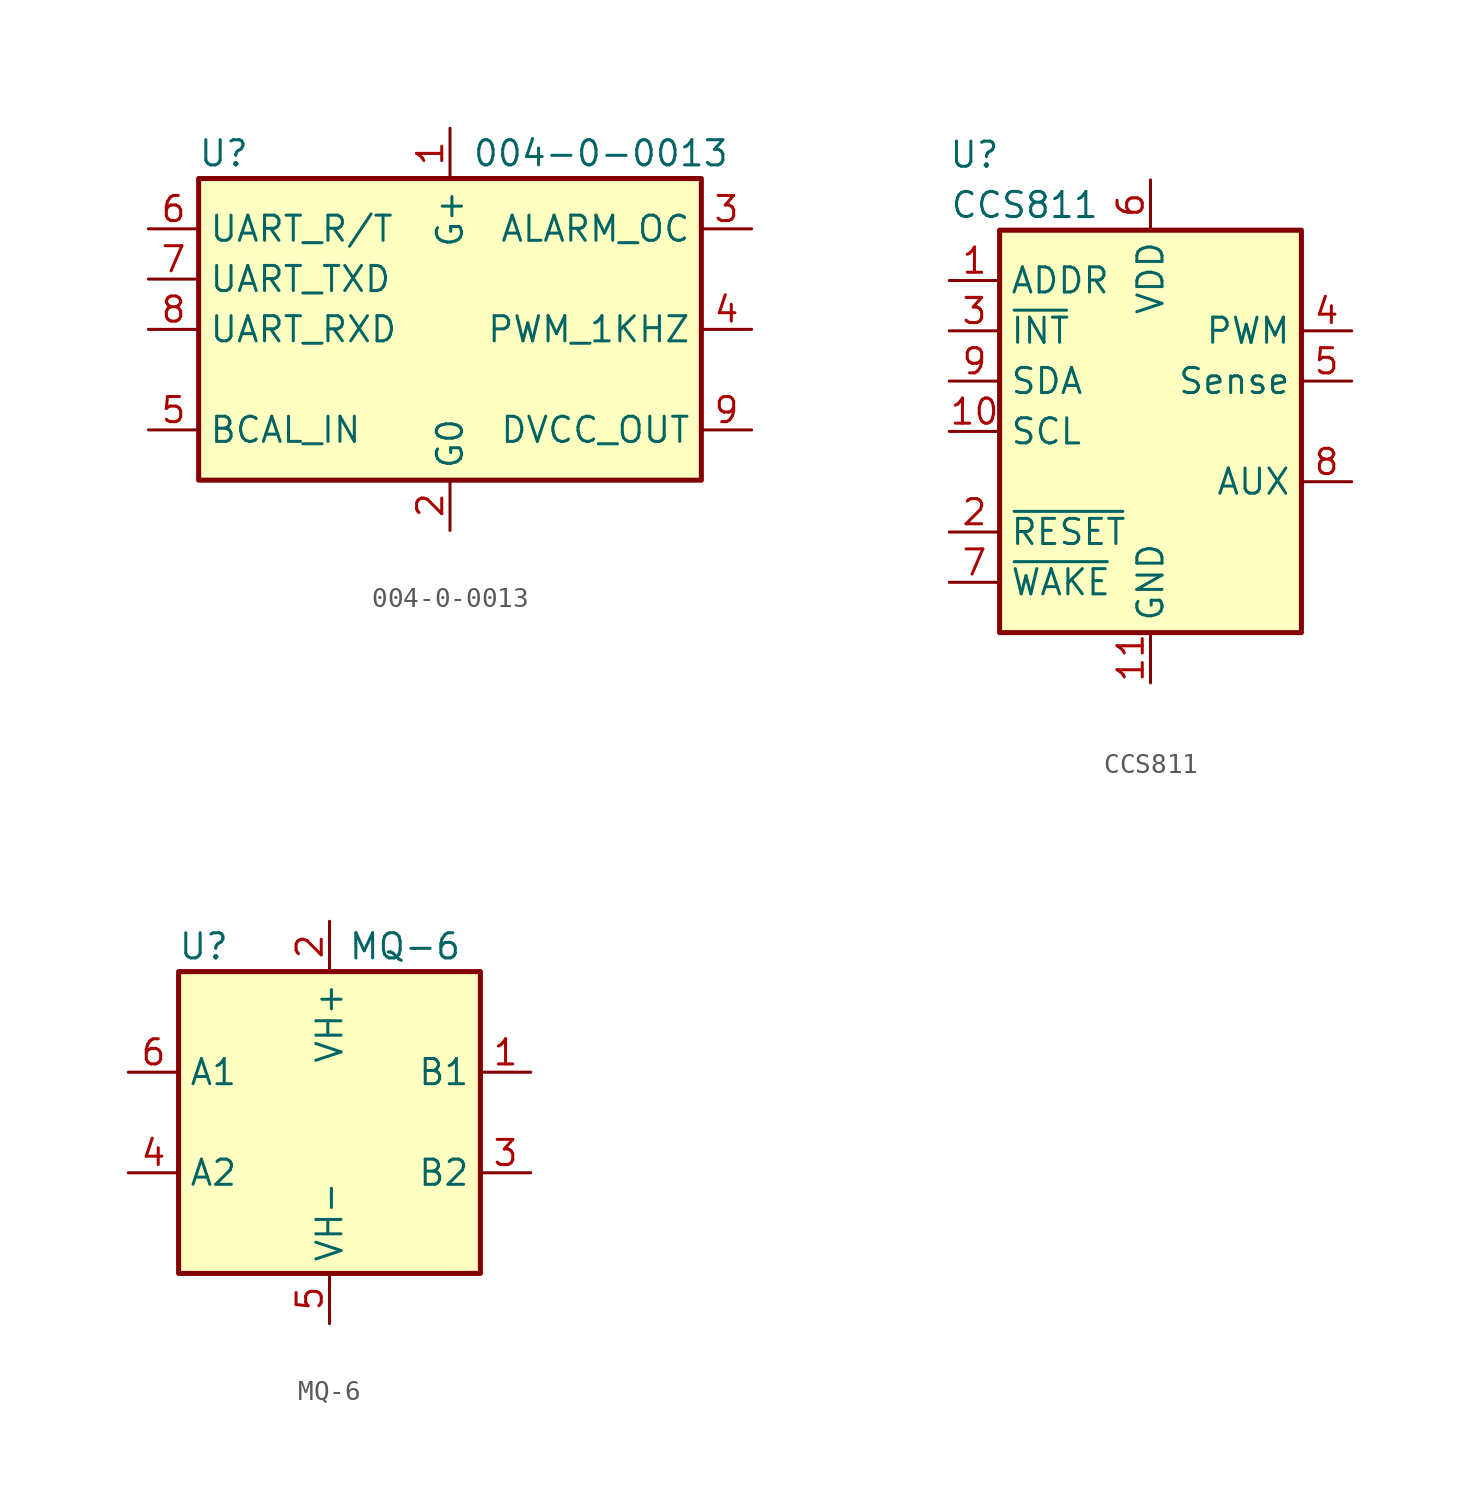
<source format=kicad_sym>
(kicad_symbol_lib
  (version 20201005)
  (generator kicad_symbol_editor)
  (symbol "Sensor_Gas:004-0-0013"
    (property "Reference" "U"
      (at -11.43 8.89 0)
      (effects (font (size 1.27 1.27))))
    (property "Value" "004-0-0013"
      (at 7.62 8.89 0)
      (effects (font (size 1.27 1.27))))
    (symbol "004-0-0013_0_1"
      (rectangle (start -12.7 7.62) (end 12.7 -7.62) (stroke (width 0.254)) (fill (type background))))
    (symbol "004-0-0013_1_1"
      (pin power_in line (at 0 10.16 270) (length 2.54) (name "G+" (effects (font (size 1.27 1.27)))) (number "1" (effects (font (size 1.27 1.27)))))
      (pin power_in line (at 0 -10.16 90) (length 2.54) (name "G0" (effects (font (size 1.27 1.27)))) (number "2" (effects (font (size 1.27 1.27)))))
      (pin open_collector line (at 15.24 5.08 180) (length 2.54) (name "ALARM_OC" (effects (font (size 1.27 1.27)))) (number "3" (effects (font (size 1.27 1.27)))))
      (pin output line (at 15.24 0 180) (length 2.54) (name "PWM_1KHZ" (effects (font (size 1.27 1.27)))) (number "4" (effects (font (size 1.27 1.27)))))
      (pin input line (at -15.24 -5.08 0) (length 2.54) (name "BCAL_IN" (effects (font (size 1.27 1.27)))) (number "5" (effects (font (size 1.27 1.27)))))
      (pin output line (at -15.24 5.08 0) (length 2.54) (name "UART_R/T" (effects (font (size 1.27 1.27)))) (number "6" (effects (font (size 1.27 1.27)))))
      (pin output line (at -15.24 2.54 0) (length 2.54) (name "UART_TXD" (effects (font (size 1.27 1.27)))) (number "7" (effects (font (size 1.27 1.27)))))
      (pin input line (at -15.24 0 0) (length 2.54) (name "UART_RXD" (effects (font (size 1.27 1.27)))) (number "8" (effects (font (size 1.27 1.27)))))
      (pin power_out line (at 15.24 -5.08 180) (length 2.54) (name "DVCC_OUT" (effects (font (size 1.27 1.27)))) (number "9" (effects (font (size 1.27 1.27)))))))
  (symbol "Sensor_Gas:CCS811"
    (property "Reference" "U"
      (at -8.89 13.97 0)
      (effects (font (size 1.27 1.27))))
    (property "Value" "CCS811"
      (at -6.35 11.43 0)
      (effects (font (size 1.27 1.27))))
    (symbol "CCS811_0_1"
      (rectangle (start -7.62 10.16) (end 7.62 -10.16) (stroke (width 0.254)) (fill (type background))))
    (symbol "CCS811_1_1"
      (pin input line (at -10.16 7.62 0) (length 2.54) (name "ADDR" (effects (font (size 1.27 1.27)))) (number "1" (effects (font (size 1.27 1.27)))))
      (pin input line (at -10.16 0 0) (length 2.54) (name "SCL" (effects (font (size 1.27 1.27)))) (number "10" (effects (font (size 1.27 1.27)))))
      (pin power_in line (at 0 -12.7 90) (length 2.54) (name "GND" (effects (font (size 1.27 1.27)))) (number "11" (effects (font (size 1.27 1.27)))))
      (pin input line (at -10.16 -5.08 0) (length 2.54) (name "~RESET" (effects (font (size 1.27 1.27)))) (number "2" (effects (font (size 1.27 1.27)))))
      (pin output line (at -10.16 5.08 0) (length 2.54) (name "~INT" (effects (font (size 1.27 1.27)))) (number "3" (effects (font (size 1.27 1.27)))))
      (pin output line (at 10.16 5.08 180) (length 2.54) (name "PWM" (effects (font (size 1.27 1.27)))) (number "4" (effects (font (size 1.27 1.27)))))
      (pin bidirectional line (at 10.16 2.54 180) (length 2.54) (name "Sense" (effects (font (size 1.27 1.27)))) (number "5" (effects (font (size 1.27 1.27)))))
      (pin power_in line (at 0 12.7 270) (length 2.54) (name "VDD" (effects (font (size 1.27 1.27)))) (number "6" (effects (font (size 1.27 1.27)))))
      (pin input line (at -10.16 -7.62 0) (length 2.54) (name "~WAKE" (effects (font (size 1.27 1.27)))) (number "7" (effects (font (size 1.27 1.27)))))
      (pin input line (at 10.16 -2.54 180) (length 2.54) (name "AUX" (effects (font (size 1.27 1.27)))) (number "8" (effects (font (size 1.27 1.27)))))
      (pin bidirectional line (at -10.16 2.54 0) (length 2.54) (name "SDA" (effects (font (size 1.27 1.27)))) (number "9" (effects (font (size 1.27 1.27)))))))
  (symbol "Sensor_Gas:MQ-6"
    (property "Reference" "U"
      (at -6.35 8.89 0)
      (effects (font (size 1.27 1.27))))
    (property "Value" "MQ-6"
      (at 3.81 8.89 0)
      (effects (font (size 1.27 1.27))))
    (symbol "MQ-6_0_1"
      (rectangle (start -7.62 7.62) (end 7.62 -7.62) (stroke (width 0.254)) (fill (type background))))
    (symbol "MQ-6_1_1"
      (pin passive line (at 10.16 2.54 180) (length 2.54) (name "B1" (effects (font (size 1.27 1.27)))) (number "1" (effects (font (size 1.27 1.27)))))
      (pin power_in line (at 0 10.16 270) (length 2.54) (name "VH+" (effects (font (size 1.27 1.27)))) (number "2" (effects (font (size 1.27 1.27)))))
      (pin passive line (at 10.16 -2.54 180) (length 2.54) (name "B2" (effects (font (size 1.27 1.27)))) (number "3" (effects (font (size 1.27 1.27)))))
      (pin passive line (at -10.16 -2.54 0) (length 2.54) (name "A2" (effects (font (size 1.27 1.27)))) (number "4" (effects (font (size 1.27 1.27)))))
      (pin power_in line (at 0 -10.16 90) (length 2.54) (name "VH-" (effects (font (size 1.27 1.27)))) (number "5" (effects (font (size 1.27 1.27)))))
      (pin passive line (at -10.16 2.54 0) (length 2.54) (name "A1" (effects (font (size 1.27 1.27)))) (number "6" (effects (font (size 1.27 1.27))))))))
</source>
